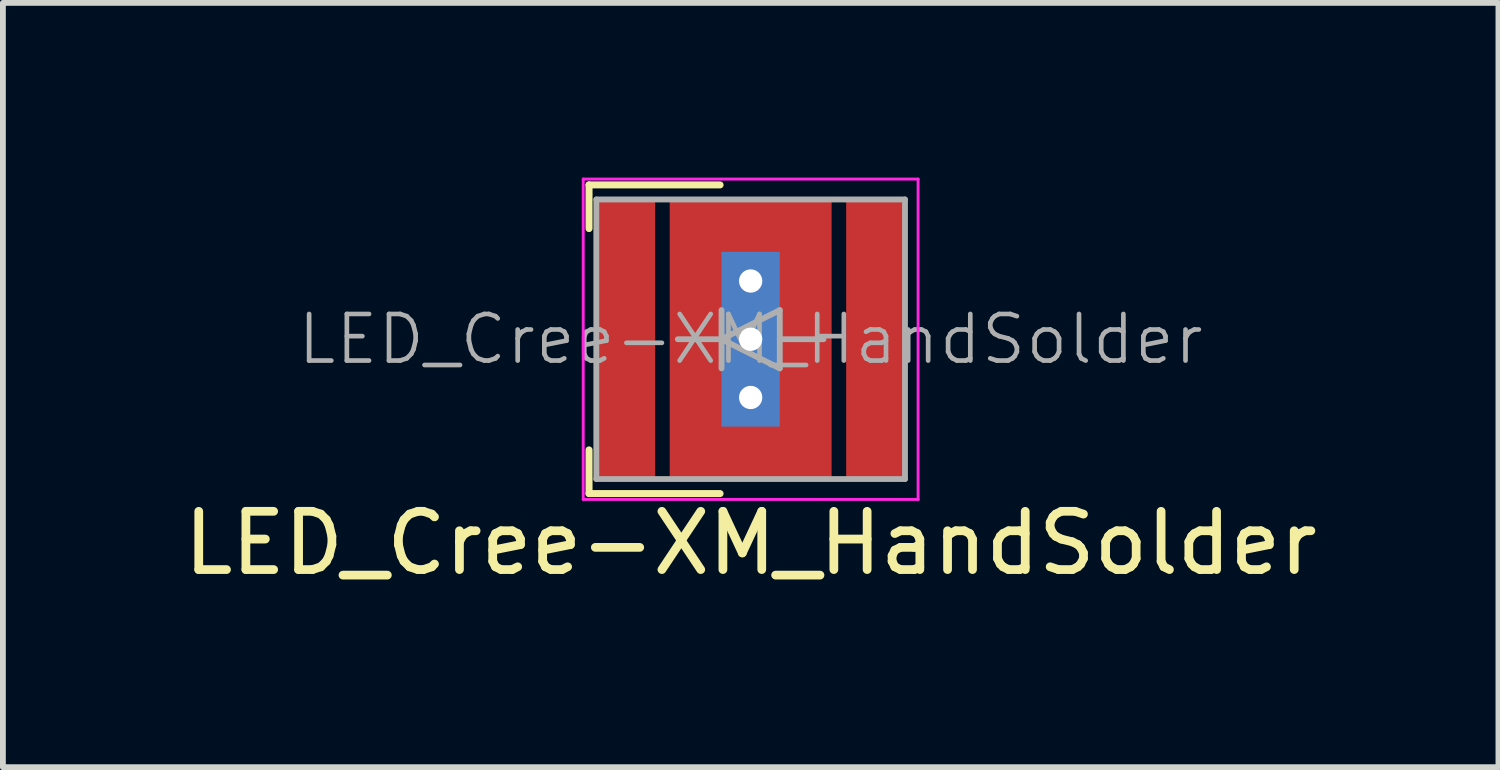
<source format=kicad_pcb>
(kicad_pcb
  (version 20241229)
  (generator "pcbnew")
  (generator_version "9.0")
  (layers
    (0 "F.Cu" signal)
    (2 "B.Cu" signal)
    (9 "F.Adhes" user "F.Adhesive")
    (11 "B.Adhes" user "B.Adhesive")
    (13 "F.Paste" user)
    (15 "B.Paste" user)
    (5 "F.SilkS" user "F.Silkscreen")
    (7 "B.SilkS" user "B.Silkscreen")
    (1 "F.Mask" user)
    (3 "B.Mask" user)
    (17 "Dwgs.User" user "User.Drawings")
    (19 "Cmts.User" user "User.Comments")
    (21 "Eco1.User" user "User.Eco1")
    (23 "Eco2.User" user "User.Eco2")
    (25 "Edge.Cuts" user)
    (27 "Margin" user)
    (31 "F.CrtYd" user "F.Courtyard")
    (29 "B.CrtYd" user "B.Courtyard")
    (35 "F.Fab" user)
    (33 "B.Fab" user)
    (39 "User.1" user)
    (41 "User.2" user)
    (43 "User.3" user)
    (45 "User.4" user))
  (footprint "LED_Cree-XM_HandSolder"
    (layer "F.Cu")
    (at 9.839 2.775)
    (property "Reference" "LED_Cree-XM_HandSolder" (at 0 3.5 0) (layer "F.SilkS") (effects (font (size 1 1) (thickness 0.15))))
    (attr smd)
    (fp_line (start -2.775 -2.65) (end -2.775 -1.9) (stroke (width 0.12) (type solid)) (layer "F.SilkS"))
    (fp_line (start -2.775 2.65) (end -2.775 1.9) (stroke (width 0.12) (type solid)) (layer "F.SilkS"))
    (fp_line (start -0.525 -2.65) (end -2.775 -2.65) (stroke (width 0.12) (type solid)) (layer "F.SilkS"))
    (fp_line (start -0.525 2.65) (end -2.775 2.65) (stroke (width 0.12) (type solid)) (layer "F.SilkS"))
    (fp_line (start -2.875 -2.75) (end 2.875 -2.75) (stroke (width 0.05) (type solid)) (layer "F.CrtYd"))
    (fp_line (start -2.875 2.75) (end -2.875 -2.75) (stroke (width 0.05) (type solid)) (layer "F.CrtYd"))
    (fp_line (start 2.875 -2.75) (end 2.875 2.75) (stroke (width 0.05) (type solid)) (layer "F.CrtYd"))
    (fp_line (start 2.875 2.75) (end -2.875 2.75) (stroke (width 0.05) (type solid)) (layer "F.CrtYd"))
    (fp_line (start -2.65 -2.4) (end 2.65 -2.4) (stroke (width 0.1) (type solid)) (layer "F.Fab"))
    (fp_line (start -2.65 2.4) (end -2.65 -2.4) (stroke (width 0.1) (type solid)) (layer "F.Fab"))
    (fp_line (start -1.25 0) (end -0.5 0) (stroke (width 0.1) (type solid)) (layer "F.Fab"))
    (fp_line (start -0.5 -0.5) (end -0.5 0.5) (stroke (width 0.1) (type solid)) (layer "F.Fab"))
    (fp_line (start -0.5 0) (end 0.5 -0.5) (stroke (width 0.1) (type solid)) (layer "F.Fab"))
    (fp_line (start 0.5 -0.5) (end 0.5 0.5) (stroke (width 0.1) (type solid)) (layer "F.Fab"))
    (fp_line (start 0.5 0.5) (end -0.5 0) (stroke (width 0.1) (type solid)) (layer "F.Fab"))
    (fp_line (start 1.25 0) (end 0.5 0) (stroke (width 0.1) (type solid)) (layer "F.Fab"))
    (fp_line (start 2.65 -2.4) (end 2.65 2.4) (stroke (width 0.1) (type solid)) (layer "F.Fab"))
    (fp_line (start 2.65 2.4) (end -2.65 2.4) (stroke (width 0.1) (type solid)) (layer "F.Fab"))
    (fp_text user "${REFERENCE}" (at 0 0 0) (layer "F.Fab") (effects (font (size 0.8 0.8) (thickness 0.08))))
    (pad "" smd rect (at 0 -1) (size 1.01 0.75) (layers "F.Paste"))
    (pad "" smd rect (at 0 0) (size 1.01 0.75) (layers "F.Paste"))
    (pad "" smd rect (at 0 1) (size 1.01 0.75) (layers "F.Paste"))
    (pad "1" smd rect (at -2.14 0) (size 1 4.78) (layers "F.Cu" "F.Mask" "F.Paste"))
    (pad "2" smd rect (at 2.14 0) (size 1 4.78) (layers "F.Cu" "F.Mask" "F.Paste"))
    (pad "3" thru_hole circle (at 0 -1) (size 0.8 0.8) (drill 0.4) (layers "*.Cu"))
    (pad "3" thru_hole circle (at 0 0) (size 0.8 0.8) (drill 0.4) (layers "*.Cu"))
    (pad "3" smd rect (at 0 0) (size 1 3) (layers "B.Cu" "B.Mask"))
    (pad "3" smd rect (at 0 0) (size 2.78 4.78) (layers "F.Cu" "F.Mask"))
    (pad "3" thru_hole circle (at 0 1) (size 0.8 0.8) (drill 0.4) (layers "*.Cu")))
  (gr_rect
    (start -3 -3)
    (end 22.679 10.123)
    (stroke (width 0.1) (type default))
    (fill no)
    (layer "Edge.Cuts")))
</source>
